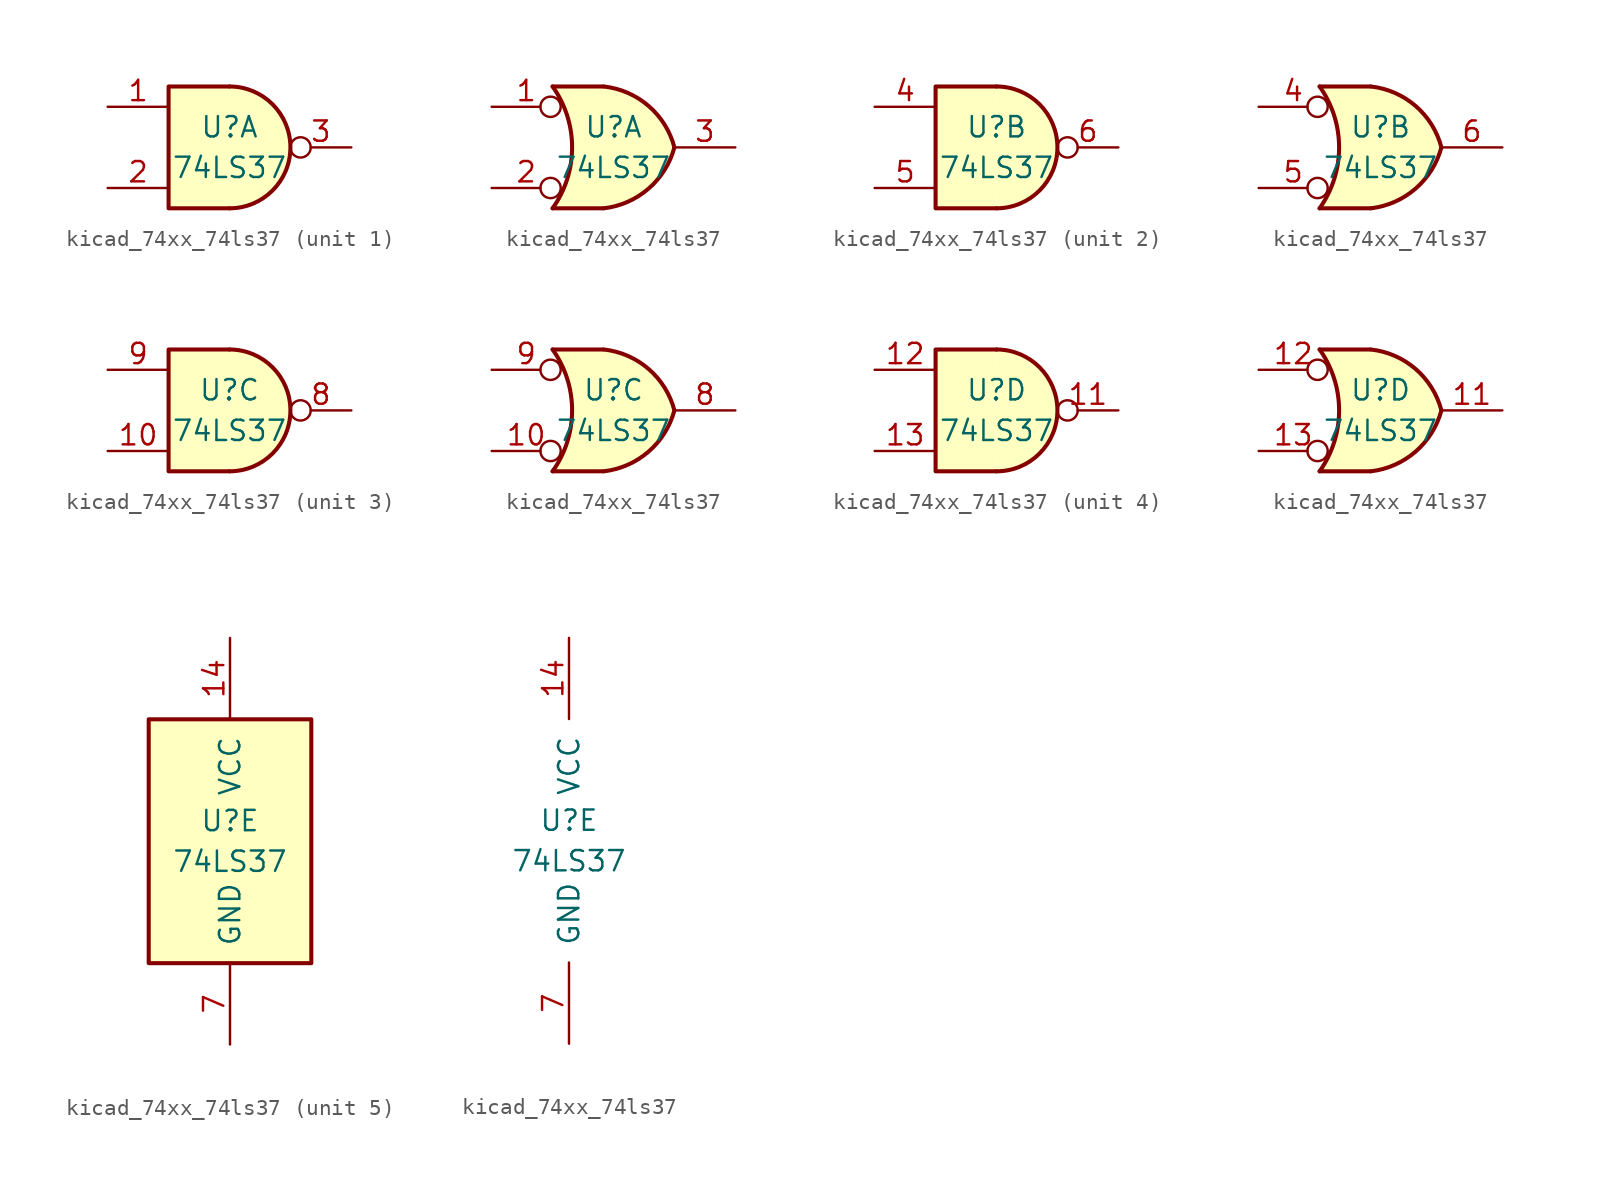
<source format=kicad_sym>
(kicad_symbol_lib
  (version 20220914)
  (generator kicad_symbol_editor)
  (symbol "kicad_74xx_74ls37"
    (pin_names
      (offset 1.016))
    (property "Reference" "U"
      (at 0 1.27 0)
      (effects (font (size 1.27 1.27))))
    (property "Value" "74LS37"
      (at 0 -1.27 0)
      (effects (font (size 1.27 1.27))))
    (property "ki_locked" ""
      (at 0 0 0)
      (effects (font (size 1.27 1.27))))
    (symbol "kicad_74xx_74ls37_1_1"
      (arc (start 0 -3.81) (mid 3.7934 0) (end 0 3.81) (stroke (width 0.254) (type default)) (fill (type background)))
      (polyline (pts (xy 0 3.81) (xy -3.81 3.81) (xy -3.81 -3.81) (xy 0 -3.81)) (stroke (width 0.254) (type default)) (fill (type background)))
      (pin input line (at -7.62 2.54 0) (length 3.81) (name "~" (effects (font (size 1.27 1.27)))) (number "1" (effects (font (size 1.27 1.27)))))
      (pin input line (at -7.62 -2.54 0) (length 3.81) (name "~" (effects (font (size 1.27 1.27)))) (number "2" (effects (font (size 1.27 1.27)))))
      (pin output inverted (at 7.62 0 180) (length 3.81) (name "~" (effects (font (size 1.27 1.27)))) (number "3" (effects (font (size 1.27 1.27))))))
    (symbol "kicad_74xx_74ls37_1_2"
      (arc (start -3.81 -3.81) (mid -2.589 0) (end -3.81 3.81) (stroke (width 0.254) (type default)) (fill (type none)))
      (arc (start -0.6096 -3.81) (mid 2.1842 -2.5851) (end 3.81 0) (stroke (width 0.254) (type default)) (fill (type background)))
      (polyline (pts (xy -3.81 -3.81) (xy -0.635 -3.81)) (stroke (width 0.254) (type default)) (fill (type background)))
      (polyline (pts (xy -3.81 3.81) (xy -0.635 3.81)) (stroke (width 0.254) (type default)) (fill (type background)))
      (polyline (pts (xy -0.635 3.81) (xy -3.81 3.81) (xy -3.81 3.81) (xy -3.556 3.404) (xy -3.023 2.261) (xy -2.692 1.041) (xy -2.616 -0.254) (xy -2.769 -1.499) (xy -3.175 -2.718) (xy -3.81 -3.81) (xy -3.81 -3.81) (xy -0.635 -3.81)) (stroke (width -25.4) (type default)) (fill (type background)))
      (arc (start 3.81 0) (mid 2.1915 2.5936) (end -0.6096 3.81) (stroke (width 0.254) (type default)) (fill (type background)))
      (pin input inverted (at -7.62 2.54 0) (length 4.318) (name "~" (effects (font (size 1.27 1.27)))) (number "1" (effects (font (size 1.27 1.27)))))
      (pin input inverted (at -7.62 -2.54 0) (length 4.318) (name "~" (effects (font (size 1.27 1.27)))) (number "2" (effects (font (size 1.27 1.27)))))
      (pin output line (at 7.62 0 180) (length 3.81) (name "~" (effects (font (size 1.27 1.27)))) (number "3" (effects (font (size 1.27 1.27))))))
    (symbol "kicad_74xx_74ls37_2_1"
      (arc (start 0 -3.81) (mid 3.7934 0) (end 0 3.81) (stroke (width 0.254) (type default)) (fill (type background)))
      (polyline (pts (xy 0 3.81) (xy -3.81 3.81) (xy -3.81 -3.81) (xy 0 -3.81)) (stroke (width 0.254) (type default)) (fill (type background)))
      (pin input line (at -7.62 2.54 0) (length 3.81) (name "~" (effects (font (size 1.27 1.27)))) (number "4" (effects (font (size 1.27 1.27)))))
      (pin input line (at -7.62 -2.54 0) (length 3.81) (name "~" (effects (font (size 1.27 1.27)))) (number "5" (effects (font (size 1.27 1.27)))))
      (pin output inverted (at 7.62 0 180) (length 3.81) (name "~" (effects (font (size 1.27 1.27)))) (number "6" (effects (font (size 1.27 1.27))))))
    (symbol "kicad_74xx_74ls37_2_2"
      (arc (start -3.81 -3.81) (mid -2.589 0) (end -3.81 3.81) (stroke (width 0.254) (type default)) (fill (type none)))
      (arc (start -0.6096 -3.81) (mid 2.1842 -2.5851) (end 3.81 0) (stroke (width 0.254) (type default)) (fill (type background)))
      (polyline (pts (xy -3.81 -3.81) (xy -0.635 -3.81)) (stroke (width 0.254) (type default)) (fill (type background)))
      (polyline (pts (xy -3.81 3.81) (xy -0.635 3.81)) (stroke (width 0.254) (type default)) (fill (type background)))
      (polyline (pts (xy -0.635 3.81) (xy -3.81 3.81) (xy -3.81 3.81) (xy -3.556 3.404) (xy -3.023 2.261) (xy -2.692 1.041) (xy -2.616 -0.254) (xy -2.769 -1.499) (xy -3.175 -2.718) (xy -3.81 -3.81) (xy -3.81 -3.81) (xy -0.635 -3.81)) (stroke (width -25.4) (type default)) (fill (type background)))
      (arc (start 3.81 0) (mid 2.1915 2.5936) (end -0.6096 3.81) (stroke (width 0.254) (type default)) (fill (type background)))
      (pin input inverted (at -7.62 2.54 0) (length 4.318) (name "~" (effects (font (size 1.27 1.27)))) (number "4" (effects (font (size 1.27 1.27)))))
      (pin input inverted (at -7.62 -2.54 0) (length 4.318) (name "~" (effects (font (size 1.27 1.27)))) (number "5" (effects (font (size 1.27 1.27)))))
      (pin output line (at 7.62 0 180) (length 3.81) (name "~" (effects (font (size 1.27 1.27)))) (number "6" (effects (font (size 1.27 1.27))))))
    (symbol "kicad_74xx_74ls37_3_1"
      (arc (start 0 -3.81) (mid 3.7934 0) (end 0 3.81) (stroke (width 0.254) (type default)) (fill (type background)))
      (polyline (pts (xy 0 3.81) (xy -3.81 3.81) (xy -3.81 -3.81) (xy 0 -3.81)) (stroke (width 0.254) (type default)) (fill (type background)))
      (pin input line (at -7.62 -2.54 0) (length 3.81) (name "~" (effects (font (size 1.27 1.27)))) (number "10" (effects (font (size 1.27 1.27)))))
      (pin output inverted (at 7.62 0 180) (length 3.81) (name "~" (effects (font (size 1.27 1.27)))) (number "8" (effects (font (size 1.27 1.27)))))
      (pin input line (at -7.62 2.54 0) (length 3.81) (name "~" (effects (font (size 1.27 1.27)))) (number "9" (effects (font (size 1.27 1.27))))))
    (symbol "kicad_74xx_74ls37_3_2"
      (arc (start -3.81 -3.81) (mid -2.589 0) (end -3.81 3.81) (stroke (width 0.254) (type default)) (fill (type none)))
      (arc (start -0.6096 -3.81) (mid 2.1842 -2.5851) (end 3.81 0) (stroke (width 0.254) (type default)) (fill (type background)))
      (polyline (pts (xy -3.81 -3.81) (xy -0.635 -3.81)) (stroke (width 0.254) (type default)) (fill (type background)))
      (polyline (pts (xy -3.81 3.81) (xy -0.635 3.81)) (stroke (width 0.254) (type default)) (fill (type background)))
      (polyline (pts (xy -0.635 3.81) (xy -3.81 3.81) (xy -3.81 3.81) (xy -3.556 3.404) (xy -3.023 2.261) (xy -2.692 1.041) (xy -2.616 -0.254) (xy -2.769 -1.499) (xy -3.175 -2.718) (xy -3.81 -3.81) (xy -3.81 -3.81) (xy -0.635 -3.81)) (stroke (width -25.4) (type default)) (fill (type background)))
      (arc (start 3.81 0) (mid 2.1915 2.5936) (end -0.6096 3.81) (stroke (width 0.254) (type default)) (fill (type background)))
      (pin input inverted (at -7.62 -2.54 0) (length 4.318) (name "~" (effects (font (size 1.27 1.27)))) (number "10" (effects (font (size 1.27 1.27)))))
      (pin output line (at 7.62 0 180) (length 3.81) (name "~" (effects (font (size 1.27 1.27)))) (number "8" (effects (font (size 1.27 1.27)))))
      (pin input inverted (at -7.62 2.54 0) (length 4.318) (name "~" (effects (font (size 1.27 1.27)))) (number "9" (effects (font (size 1.27 1.27))))))
    (symbol "kicad_74xx_74ls37_4_1"
      (arc (start 0 -3.81) (mid 3.7934 0) (end 0 3.81) (stroke (width 0.254) (type default)) (fill (type background)))
      (polyline (pts (xy 0 3.81) (xy -3.81 3.81) (xy -3.81 -3.81) (xy 0 -3.81)) (stroke (width 0.254) (type default)) (fill (type background)))
      (pin output inverted (at 7.62 0 180) (length 3.81) (name "~" (effects (font (size 1.27 1.27)))) (number "11" (effects (font (size 1.27 1.27)))))
      (pin input line (at -7.62 2.54 0) (length 3.81) (name "~" (effects (font (size 1.27 1.27)))) (number "12" (effects (font (size 1.27 1.27)))))
      (pin input line (at -7.62 -2.54 0) (length 3.81) (name "~" (effects (font (size 1.27 1.27)))) (number "13" (effects (font (size 1.27 1.27))))))
    (symbol "kicad_74xx_74ls37_4_2"
      (arc (start -3.81 -3.81) (mid -2.589 0) (end -3.81 3.81) (stroke (width 0.254) (type default)) (fill (type none)))
      (arc (start -0.6096 -3.81) (mid 2.1842 -2.5851) (end 3.81 0) (stroke (width 0.254) (type default)) (fill (type background)))
      (polyline (pts (xy -3.81 -3.81) (xy -0.635 -3.81)) (stroke (width 0.254) (type default)) (fill (type background)))
      (polyline (pts (xy -3.81 3.81) (xy -0.635 3.81)) (stroke (width 0.254) (type default)) (fill (type background)))
      (polyline (pts (xy -0.635 3.81) (xy -3.81 3.81) (xy -3.81 3.81) (xy -3.556 3.404) (xy -3.023 2.261) (xy -2.692 1.041) (xy -2.616 -0.254) (xy -2.769 -1.499) (xy -3.175 -2.718) (xy -3.81 -3.81) (xy -3.81 -3.81) (xy -0.635 -3.81)) (stroke (width -25.4) (type default)) (fill (type background)))
      (arc (start 3.81 0) (mid 2.1915 2.5936) (end -0.6096 3.81) (stroke (width 0.254) (type default)) (fill (type background)))
      (pin output line (at 7.62 0 180) (length 3.81) (name "~" (effects (font (size 1.27 1.27)))) (number "11" (effects (font (size 1.27 1.27)))))
      (pin input inverted (at -7.62 2.54 0) (length 4.318) (name "~" (effects (font (size 1.27 1.27)))) (number "12" (effects (font (size 1.27 1.27)))))
      (pin input inverted (at -7.62 -2.54 0) (length 4.318) (name "~" (effects (font (size 1.27 1.27)))) (number "13" (effects (font (size 1.27 1.27))))))
    (symbol "kicad_74xx_74ls37_5_0"
      (pin power_in line (at 0 12.7 270) (length 5.08) (name "VCC" (effects (font (size 1.27 1.27)))) (number "14" (effects (font (size 1.27 1.27)))))
      (pin power_in line (at 0 -12.7 90) (length 5.08) (name "GND" (effects (font (size 1.27 1.27)))) (number "7" (effects (font (size 1.27 1.27))))))
    (symbol "kicad_74xx_74ls37_5_1"
      (rectangle (start -5.08 7.62) (end 5.08 -7.62) (stroke (width 0.254) (type default)) (fill (type background))))))
</source>
